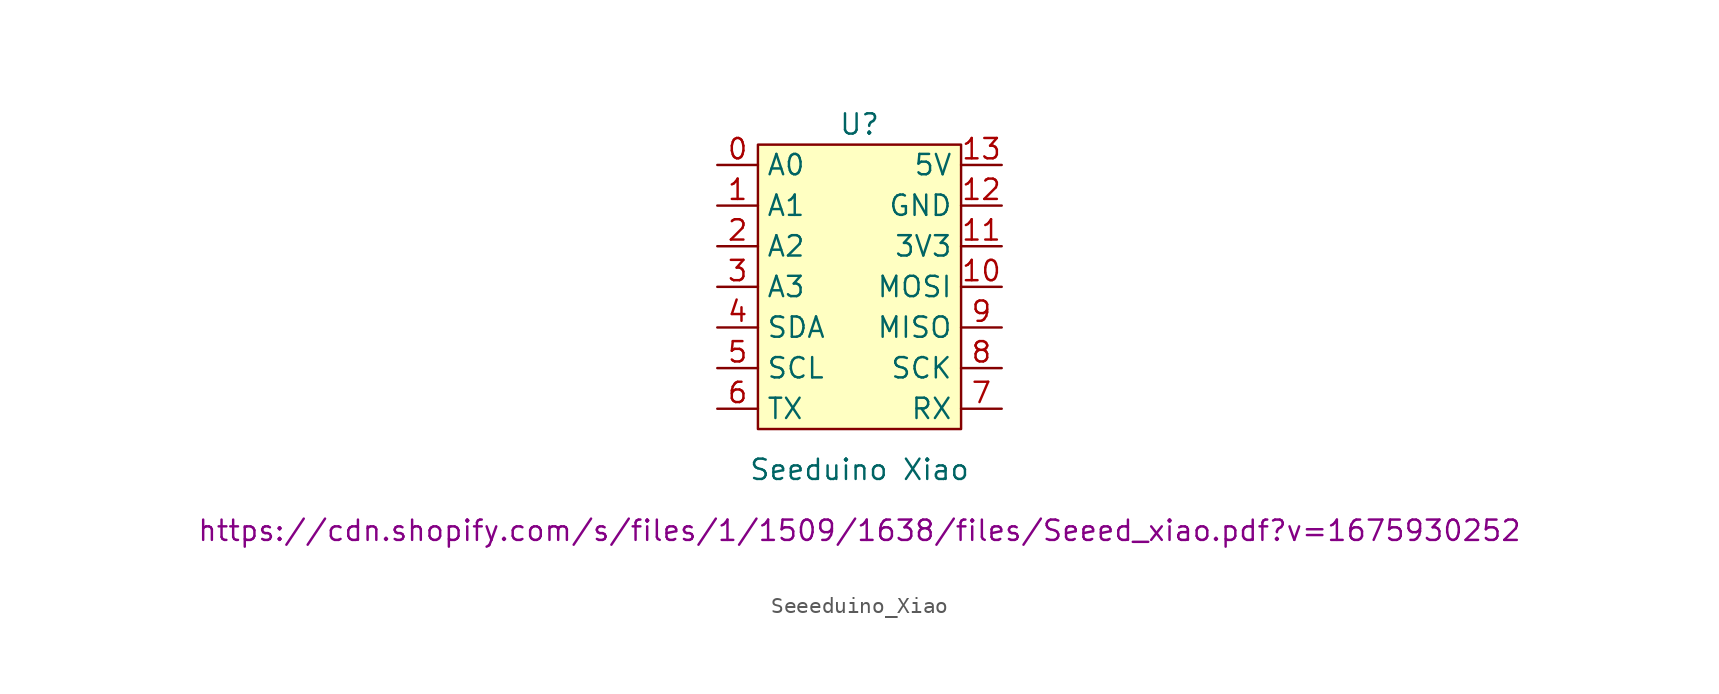
<source format=kicad_sym>
(kicad_symbol_lib
  (version 20220914)
  (generator kicad_symbol_editor)
  (symbol "Seeeduino_Xiao"
    (property "Reference" "U"
      (at 0 1.27 0)
      (effects (font (size 1.27 1.27))))
    (property "Value" "Seeduino Xiao"
      (at 0 -20.32 0)
      (effects (font (size 1.27 1.27))))
    (property "Datasheet" "https://cdn.shopify.com/s/files/1/1509/1638/files/Seeed_xiao.pdf?v=1675930252"
      (at 0 -24.13 0)
      (effects (font (size 1.27 1.27))))
    (symbol "Seeeduino_Xiao_1_1"
      (rectangle (start -6.35 0) (end 6.35 -17.78) (stroke (width 0) (type default)) (fill (type background)))
      (pin bidirectional line (at -8.89 -1.27 0) (length 2.54) (name "A0" (effects (font (size 1.27 1.27)))) (number "0" (effects (font (size 1.27 1.27)))))
      (pin bidirectional line (at -8.89 -3.81 0) (length 2.54) (name "A1" (effects (font (size 1.27 1.27)))) (number "1" (effects (font (size 1.27 1.27)))))
      (pin bidirectional line (at 8.89 -8.89 180) (length 2.54) (name "MOSI" (effects (font (size 1.27 1.27)))) (number "10" (effects (font (size 1.27 1.27)))))
      (pin power_in line (at 8.89 -6.35 180) (length 2.54) (name "3V3" (effects (font (size 1.27 1.27)))) (number "11" (effects (font (size 1.27 1.27)))))
      (pin passive line (at 8.89 -3.81 180) (length 2.54) (name "GND" (effects (font (size 1.27 1.27)))) (number "12" (effects (font (size 1.27 1.27)))))
      (pin power_in line (at 8.89 -1.27 180) (length 2.54) (name "5V" (effects (font (size 1.27 1.27)))) (number "13" (effects (font (size 1.27 1.27)))))
      (pin bidirectional line (at -8.89 -6.35 0) (length 2.54) (name "A2" (effects (font (size 1.27 1.27)))) (number "2" (effects (font (size 1.27 1.27)))))
      (pin bidirectional line (at -8.89 -8.89 0) (length 2.54) (name "A3" (effects (font (size 1.27 1.27)))) (number "3" (effects (font (size 1.27 1.27)))))
      (pin bidirectional line (at -8.89 -11.43 0) (length 2.54) (name "SDA" (effects (font (size 1.27 1.27)))) (number "4" (effects (font (size 1.27 1.27)))))
      (pin bidirectional line (at -8.89 -13.97 0) (length 2.54) (name "SCL" (effects (font (size 1.27 1.27)))) (number "5" (effects (font (size 1.27 1.27)))))
      (pin output line (at -8.89 -16.51 0) (length 2.54) (name "TX" (effects (font (size 1.27 1.27)))) (number "6" (effects (font (size 1.27 1.27)))))
      (pin input line (at 8.89 -16.51 180) (length 2.54) (name "RX" (effects (font (size 1.27 1.27)))) (number "7" (effects (font (size 1.27 1.27)))))
      (pin bidirectional line (at 8.89 -13.97 180) (length 2.54) (name "SCK" (effects (font (size 1.27 1.27)))) (number "8" (effects (font (size 1.27 1.27)))))
      (pin bidirectional line (at 8.89 -11.43 180) (length 2.54) (name "MISO" (effects (font (size 1.27 1.27)))) (number "9" (effects (font (size 1.27 1.27))))))))
</source>
